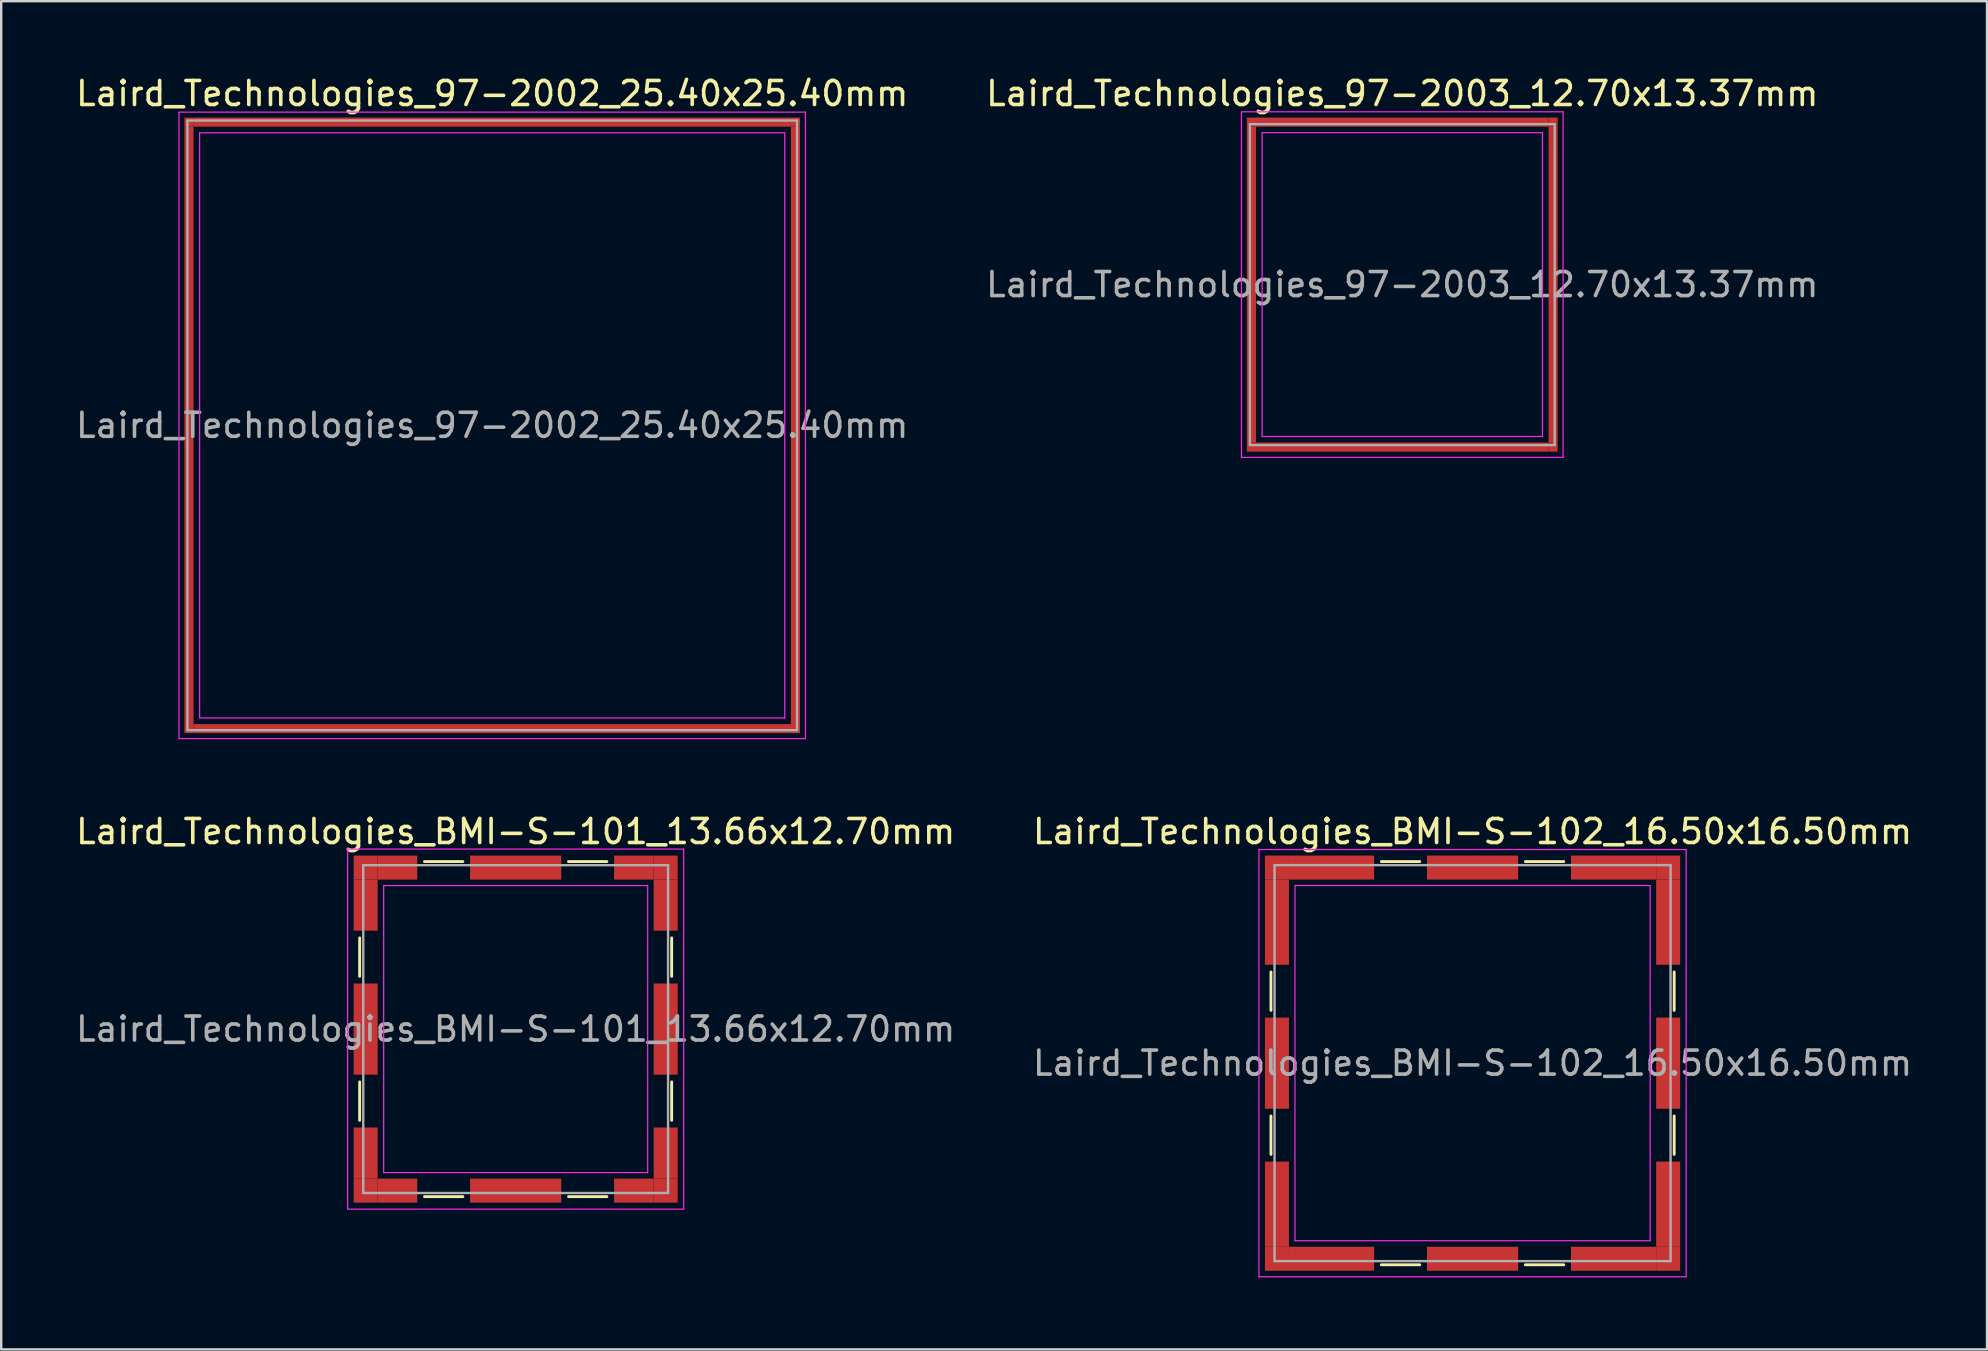
<source format=kicad_pcb>
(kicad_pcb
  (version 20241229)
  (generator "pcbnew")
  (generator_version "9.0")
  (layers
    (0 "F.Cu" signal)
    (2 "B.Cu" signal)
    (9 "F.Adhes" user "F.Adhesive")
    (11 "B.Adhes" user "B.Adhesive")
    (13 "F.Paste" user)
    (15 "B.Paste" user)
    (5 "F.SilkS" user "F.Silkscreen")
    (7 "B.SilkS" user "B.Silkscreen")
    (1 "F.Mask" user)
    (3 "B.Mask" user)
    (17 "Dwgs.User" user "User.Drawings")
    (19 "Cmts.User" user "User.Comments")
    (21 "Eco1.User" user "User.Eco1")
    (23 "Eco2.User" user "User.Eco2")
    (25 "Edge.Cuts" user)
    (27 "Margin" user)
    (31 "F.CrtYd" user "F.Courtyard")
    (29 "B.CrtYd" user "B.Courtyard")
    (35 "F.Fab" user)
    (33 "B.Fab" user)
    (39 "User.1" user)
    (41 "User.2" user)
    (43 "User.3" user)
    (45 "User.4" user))
  (footprint "Laird_Technologies_BMI-S-101_13.66x12.70mm"
    (layer "F.Cu")
    (at 18.435 39.827)
    (property "Reference" "Laird_Technologies_BMI-S-101_13.66x12.70mm" (at 0 -8.23 0) (layer "F.SilkS") (effects (font (size 1 1) (thickness 0.15))))
    (attr smd)
    (fp_line (start -6.5 -3.8) (end -6.5 -2.2) (stroke (width 0.12) (type solid)) (layer "F.SilkS"))
    (fp_line (start -6.5 2.2) (end -6.5 3.8) (stroke (width 0.12) (type solid)) (layer "F.SilkS"))
    (fp_line (start -3.8 -6.98) (end -2.2 -6.98) (stroke (width 0.12) (type solid)) (layer "F.SilkS"))
    (fp_line (start -3.8 6.98) (end -2.2 6.98) (stroke (width 0.12) (type solid)) (layer "F.SilkS"))
    (fp_line (start 2.2 -6.98) (end 3.8 -6.98) (stroke (width 0.12) (type solid)) (layer "F.SilkS"))
    (fp_line (start 2.2 6.98) (end 3.8 6.98) (stroke (width 0.12) (type solid)) (layer "F.SilkS"))
    (fp_line (start 6.5 -3.8) (end 6.5 -2.2) (stroke (width 0.12) (type solid)) (layer "F.SilkS"))
    (fp_line (start 6.5 2.2) (end 6.5 3.8) (stroke (width 0.12) (type solid)) (layer "F.SilkS"))
    (fp_line (start -7 -7.5) (end -7 7.5) (stroke (width 0.05) (type solid)) (layer "F.CrtYd"))
    (fp_line (start -7 7.5) (end 7 7.5) (stroke (width 0.05) (type solid)) (layer "F.CrtYd"))
    (fp_line (start -5.5 -5.98) (end -5.5 5.98) (stroke (width 0.05) (type solid)) (layer "F.CrtYd"))
    (fp_line (start 5.5 -5.98) (end -5.5 -5.98) (stroke (width 0.05) (type solid)) (layer "F.CrtYd"))
    (fp_line (start 5.5 -5.98) (end 5.5 5.98) (stroke (width 0.05) (type solid)) (layer "F.CrtYd"))
    (fp_line (start 5.5 5.98) (end -5.5 5.98) (stroke (width 0.05) (type solid)) (layer "F.CrtYd"))
    (fp_line (start 7 -7.5) (end -7 -7.5) (stroke (width 0.05) (type solid)) (layer "F.CrtYd"))
    (fp_line (start 7 7.5) (end 7 -7.5) (stroke (width 0.05) (type solid)) (layer "F.CrtYd"))
    (fp_line (start -6.35 -6.83) (end -6.35 6.83) (stroke (width 0.1) (type solid)) (layer "F.Fab"))
    (fp_line (start -6.35 6.83) (end 6.35 6.83) (stroke (width 0.1) (type solid)) (layer "F.Fab"))
    (fp_line (start 6.35 -6.83) (end -6.35 -6.83) (stroke (width 0.1) (type solid)) (layer "F.Fab"))
    (fp_line (start 6.35 6.83) (end 6.35 -6.83) (stroke (width 0.1) (type solid)) (layer "F.Fab"))
    (fp_text user "${REFERENCE}" (at 0 0 0) (layer "F.Fab") (effects (font (size 1 1) (thickness 0.15))))
    (pad "1" smd rect (at -6.25 -6.73) (size 1 1) (layers "F.Cu" "F.Mask" "F.Paste"))
    (pad "1" smd rect (at -6.25 -5.165) (size 1 2.13) (layers "F.Cu" "F.Mask" "F.Paste"))
    (pad "1" smd rect (at -6.25 0) (size 1 3.8) (layers "F.Cu" "F.Mask" "F.Paste"))
    (pad "1" smd rect (at -6.25 5.165) (size 1 2.13) (layers "F.Cu" "F.Mask" "F.Paste"))
    (pad "1" smd rect (at -6.25 6.73) (size 1 1) (layers "F.Cu" "F.Mask" "F.Paste"))
    (pad "1" smd rect (at -4.925 -6.73) (size 1.65 1) (layers "F.Cu" "F.Mask" "F.Paste"))
    (pad "1" smd rect (at -4.925 6.73) (size 1.65 1) (layers "F.Cu" "F.Mask" "F.Paste"))
    (pad "1" smd rect (at 0 -6.73) (size 3.8 1) (layers "F.Cu" "F.Mask" "F.Paste"))
    (pad "1" smd rect (at 0 6.73) (size 3.8 1) (layers "F.Cu" "F.Mask" "F.Paste"))
    (pad "1" smd rect (at 4.925 -6.73) (size 1.65 1) (layers "F.Cu" "F.Mask" "F.Paste"))
    (pad "1" smd rect (at 4.925 6.73) (size 1.65 1) (layers "F.Cu" "F.Mask" "F.Paste"))
    (pad "1" smd rect (at 6.25 -6.73) (size 1 1) (layers "F.Cu" "F.Mask" "F.Paste"))
    (pad "1" smd rect (at 6.25 -5.165) (size 1 2.13) (layers "F.Cu" "F.Mask" "F.Paste"))
    (pad "1" smd rect (at 6.25 0) (size 1 3.8) (layers "F.Cu" "F.Mask" "F.Paste"))
    (pad "1" smd rect (at 6.25 5.165) (size 1 2.13) (layers "F.Cu" "F.Mask" "F.Paste"))
    (pad "1" smd rect (at 6.25 6.73) (size 1 1) (layers "F.Cu" "F.Mask" "F.Paste")))
  (footprint "Laird_Technologies_BMI-S-102_16.50x16.50mm"
    (layer "F.Cu")
    (at 58.304 41.246)
    (property "Reference" "Laird_Technologies_BMI-S-102_16.50x16.50mm" (at 0 -9.65 0) (layer "F.SilkS") (effects (font (size 1 1) (thickness 0.15))))
    (attr smd)
    (fp_line (start -8.4 -3.8) (end -8.4 -2.2) (stroke (width 0.12) (type solid)) (layer "F.SilkS"))
    (fp_line (start -8.4 2.2) (end -8.4 3.8) (stroke (width 0.12) (type solid)) (layer "F.SilkS"))
    (fp_line (start -3.8 -8.4) (end -2.2 -8.4) (stroke (width 0.12) (type solid)) (layer "F.SilkS"))
    (fp_line (start -3.8 8.4) (end -2.2 8.4) (stroke (width 0.12) (type solid)) (layer "F.SilkS"))
    (fp_line (start 2.2 -8.4) (end 3.8 -8.4) (stroke (width 0.12) (type solid)) (layer "F.SilkS"))
    (fp_line (start 2.2 8.4) (end 3.8 8.4) (stroke (width 0.12) (type solid)) (layer "F.SilkS"))
    (fp_line (start 8.4 -3.8) (end 8.4 -2.2) (stroke (width 0.12) (type solid)) (layer "F.SilkS"))
    (fp_line (start 8.4 2.2) (end 8.4 3.8) (stroke (width 0.12) (type solid)) (layer "F.SilkS"))
    (fp_line (start -8.9 -8.9) (end -8.9 8.9) (stroke (width 0.05) (type solid)) (layer "F.CrtYd"))
    (fp_line (start -8.9 8.9) (end 8.9 8.9) (stroke (width 0.05) (type solid)) (layer "F.CrtYd"))
    (fp_line (start -7.4 -7.4) (end -7.4 7.4) (stroke (width 0.05) (type solid)) (layer "F.CrtYd"))
    (fp_line (start 7.4 -7.4) (end -7.4 -7.4) (stroke (width 0.05) (type solid)) (layer "F.CrtYd"))
    (fp_line (start 7.4 -7.4) (end 7.4 7.4) (stroke (width 0.05) (type solid)) (layer "F.CrtYd"))
    (fp_line (start 7.4 7.4) (end -7.4 7.4) (stroke (width 0.05) (type solid)) (layer "F.CrtYd"))
    (fp_line (start 8.9 -8.9) (end -8.9 -8.9) (stroke (width 0.05) (type solid)) (layer "F.CrtYd"))
    (fp_line (start 8.9 8.9) (end 8.9 -8.9) (stroke (width 0.05) (type solid)) (layer "F.CrtYd"))
    (fp_line (start -8.25 -8.25) (end -8.25 8.25) (stroke (width 0.1) (type solid)) (layer "F.Fab"))
    (fp_line (start -8.25 8.25) (end 8.25 8.25) (stroke (width 0.1) (type solid)) (layer "F.Fab"))
    (fp_line (start 8.25 -8.25) (end -8.25 -8.25) (stroke (width 0.1) (type solid)) (layer "F.Fab"))
    (fp_line (start 8.25 8.25) (end 8.25 -8.25) (stroke (width 0.1) (type solid)) (layer "F.Fab"))
    (fp_text user "${REFERENCE}" (at 0 0 0) (layer "F.Fab") (effects (font (size 1 1) (thickness 0.15))))
    (pad "1" smd rect (at -8.15 -8.15) (size 1 1) (layers "F.Cu" "F.Mask" "F.Paste"))
    (pad "1" smd rect (at -8.15 -5.875) (size 1 3.55) (layers "F.Cu" "F.Mask" "F.Paste"))
    (pad "1" smd rect (at -8.15 0) (size 1 3.8) (layers "F.Cu" "F.Mask" "F.Paste"))
    (pad "1" smd rect (at -8.15 5.875) (size 1 3.55) (layers "F.Cu" "F.Mask" "F.Paste"))
    (pad "1" smd rect (at -8.15 8.15) (size 1 1) (layers "F.Cu" "F.Mask" "F.Paste"))
    (pad "1" smd rect (at -5.875 -8.15) (size 3.55 1) (layers "F.Cu" "F.Mask" "F.Paste"))
    (pad "1" smd rect (at -5.875 8.15) (size 3.55 1) (layers "F.Cu" "F.Mask" "F.Paste"))
    (pad "1" smd rect (at 0 -8.15) (size 3.8 1) (layers "F.Cu" "F.Mask" "F.Paste"))
    (pad "1" smd rect (at 0 8.15) (size 3.8 1) (layers "F.Cu" "F.Mask" "F.Paste"))
    (pad "1" smd rect (at 5.875 -8.15) (size 3.55 1) (layers "F.Cu" "F.Mask" "F.Paste"))
    (pad "1" smd rect (at 5.875 8.15) (size 3.55 1) (layers "F.Cu" "F.Mask" "F.Paste"))
    (pad "1" smd rect (at 8.15 -8.15) (size 1 1) (layers "F.Cu" "F.Mask" "F.Paste"))
    (pad "1" smd rect (at 8.15 -5.875) (size 1 3.55) (layers "F.Cu" "F.Mask" "F.Paste"))
    (pad "1" smd rect (at 8.15 0) (size 1 3.8) (layers "F.Cu" "F.Mask" "F.Paste"))
    (pad "1" smd rect (at 8.15 5.875) (size 1 3.55) (layers "F.Cu" "F.Mask" "F.Paste"))
    (pad "1" smd rect (at 8.15 8.15) (size 1 1) (layers "F.Cu" "F.Mask" "F.Paste")))
  (footprint "Laird_Technologies_97-2003_12.70x13.37mm"
    (layer "F.Cu")
    (at 55.375 8.808)
    (property "Reference" "Laird_Technologies_97-2003_12.70x13.37mm" (at 0 -7.96 0) (layer "F.SilkS") (effects (font (size 1 1) (thickness 0.15))))
    (attr smd)
    (fp_line (start -6.7 -7.2) (end -6.7 7.2) (stroke (width 0.05) (type solid)) (layer "F.CrtYd"))
    (fp_line (start -6.7 7.2) (end 6.7 7.2) (stroke (width 0.05) (type solid)) (layer "F.CrtYd"))
    (fp_line (start -5.84 -6.33) (end -5.84 6.33) (stroke (width 0.05) (type solid)) (layer "F.CrtYd"))
    (fp_line (start 5.84 -6.33) (end -5.84 -6.33) (stroke (width 0.05) (type solid)) (layer "F.CrtYd"))
    (fp_line (start 5.84 -6.33) (end 5.84 6.33) (stroke (width 0.05) (type solid)) (layer "F.CrtYd"))
    (fp_line (start 5.84 6.33) (end -5.84 6.33) (stroke (width 0.05) (type solid)) (layer "F.CrtYd"))
    (fp_line (start 6.7 -7.2) (end -6.7 -7.2) (stroke (width 0.05) (type solid)) (layer "F.CrtYd"))
    (fp_line (start 6.7 7.2) (end 6.7 -7.2) (stroke (width 0.05) (type solid)) (layer "F.CrtYd"))
    (fp_line (start -6.35 -6.685) (end -6.35 6.685) (stroke (width 0.1) (type solid)) (layer "F.Fab"))
    (fp_line (start -6.35 6.685) (end 6.35 6.685) (stroke (width 0.1) (type solid)) (layer "F.Fab"))
    (fp_line (start 6.35 -6.685) (end -6.35 -6.685) (stroke (width 0.1) (type solid)) (layer "F.Fab"))
    (fp_line (start 6.35 6.685) (end 6.35 -6.685) (stroke (width 0.1) (type solid)) (layer "F.Fab"))
    (fp_text user "${REFERENCE}" (at 0 0 0) (layer "F.Fab") (effects (font (size 1 1) (thickness 0.15))))
    (pad "1" smd rect (at -6.285 -6.77) (size 0.38 0.38) (layers "F.Cu" "F.Mask" "F.Paste"))
    (pad "1" smd rect (at -6.285 0) (size 0.38 13.16) (layers "F.Cu" "F.Mask" "F.Paste"))
    (pad "1" smd rect (at -6.285 6.77) (size 0.38 0.38) (layers "F.Cu" "F.Mask" "F.Paste"))
    (pad "1" smd rect (at 0 -6.77) (size 12.19 0.38) (layers "F.Cu" "F.Mask" "F.Paste"))
    (pad "1" smd rect (at 0 6.77) (size 12.19 0.38) (layers "F.Cu" "F.Mask" "F.Paste"))
    (pad "1" smd rect (at 6.285 -6.77) (size 0.38 0.38) (layers "F.Cu" "F.Mask" "F.Paste"))
    (pad "1" smd rect (at 6.285 0) (size 0.38 13.16) (layers "F.Cu" "F.Mask" "F.Paste"))
    (pad "1" smd rect (at 6.285 6.77) (size 0.38 0.38) (layers "F.Cu" "F.Mask" "F.Paste")))
  (footprint "Laird_Technologies_97-2002_25.40x25.40mm"
    (layer "F.Cu")
    (at 17.458 14.673)
    (property "Reference" "Laird_Technologies_97-2002_25.40x25.40mm" (at 0 -13.825 0) (layer "F.SilkS") (effects (font (size 1 1) (thickness 0.15))))
    (attr smd)
    (fp_line (start -13.05 -13.05) (end -13.05 13.05) (stroke (width 0.05) (type solid)) (layer "F.CrtYd"))
    (fp_line (start -13.05 13.05) (end 13.05 13.05) (stroke (width 0.05) (type solid)) (layer "F.CrtYd"))
    (fp_line (start -12.19 -12.2) (end -12.19 12.18) (stroke (width 0.05) (type solid)) (layer "F.CrtYd"))
    (fp_line (start 12.19 -12.19) (end -12.19 -12.19) (stroke (width 0.05) (type solid)) (layer "F.CrtYd"))
    (fp_line (start 12.19 -12.19) (end 12.19 12.19) (stroke (width 0.05) (type solid)) (layer "F.CrtYd"))
    (fp_line (start 12.19 12.19) (end -12.19 12.19) (stroke (width 0.05) (type solid)) (layer "F.CrtYd"))
    (fp_line (start 13.05 -13.05) (end -13.05 -13.05) (stroke (width 0.05) (type solid)) (layer "F.CrtYd"))
    (fp_line (start 13.05 13.05) (end 13.05 -13.05) (stroke (width 0.05) (type solid)) (layer "F.CrtYd"))
    (fp_line (start -12.7 -12.7) (end -12.7 12.7) (stroke (width 0.1) (type solid)) (layer "F.Fab"))
    (fp_line (start -12.7 12.7) (end 12.7 12.7) (stroke (width 0.1) (type solid)) (layer "F.Fab"))
    (fp_line (start 12.7 -12.7) (end -12.7 -12.7) (stroke (width 0.1) (type solid)) (layer "F.Fab"))
    (fp_line (start 12.7 12.7) (end 12.7 -12.7) (stroke (width 0.1) (type solid)) (layer "F.Fab"))
    (fp_text user "${REFERENCE}" (at 0 0 0) (layer "F.Fab") (effects (font (size 1 1) (thickness 0.15))))
    (pad "1" smd rect (at -12.635 -12.635) (size 0.38 0.38) (layers "F.Cu" "F.Mask" "F.Paste"))
    (pad "1" smd rect (at -12.635 0) (size 0.38 24.89) (layers "F.Cu" "F.Mask" "F.Paste"))
    (pad "1" smd rect (at -12.635 12.635) (size 0.38 0.38) (layers "F.Cu" "F.Mask" "F.Paste"))
    (pad "1" smd rect (at 0 -12.635) (size 24.89 0.38) (layers "F.Cu" "F.Mask" "F.Paste"))
    (pad "1" smd rect (at 0 12.635) (size 24.89 0.38) (layers "F.Cu" "F.Mask" "F.Paste"))
    (pad "1" smd rect (at 12.635 -12.635) (size 0.38 0.38) (layers "F.Cu" "F.Mask" "F.Paste"))
    (pad "1" smd rect (at 12.635 0) (size 0.38 24.89) (layers "F.Cu" "F.Mask" "F.Paste"))
    (pad "1" smd rect (at 12.635 12.635) (size 0.38 0.38) (layers "F.Cu" "F.Mask" "F.Paste")))
  (gr_rect
    (start -3 -3)
    (end 79.738 53.172)
    (stroke (width 0.1) (type default))
    (fill no)
    (layer "Edge.Cuts")))
</source>
